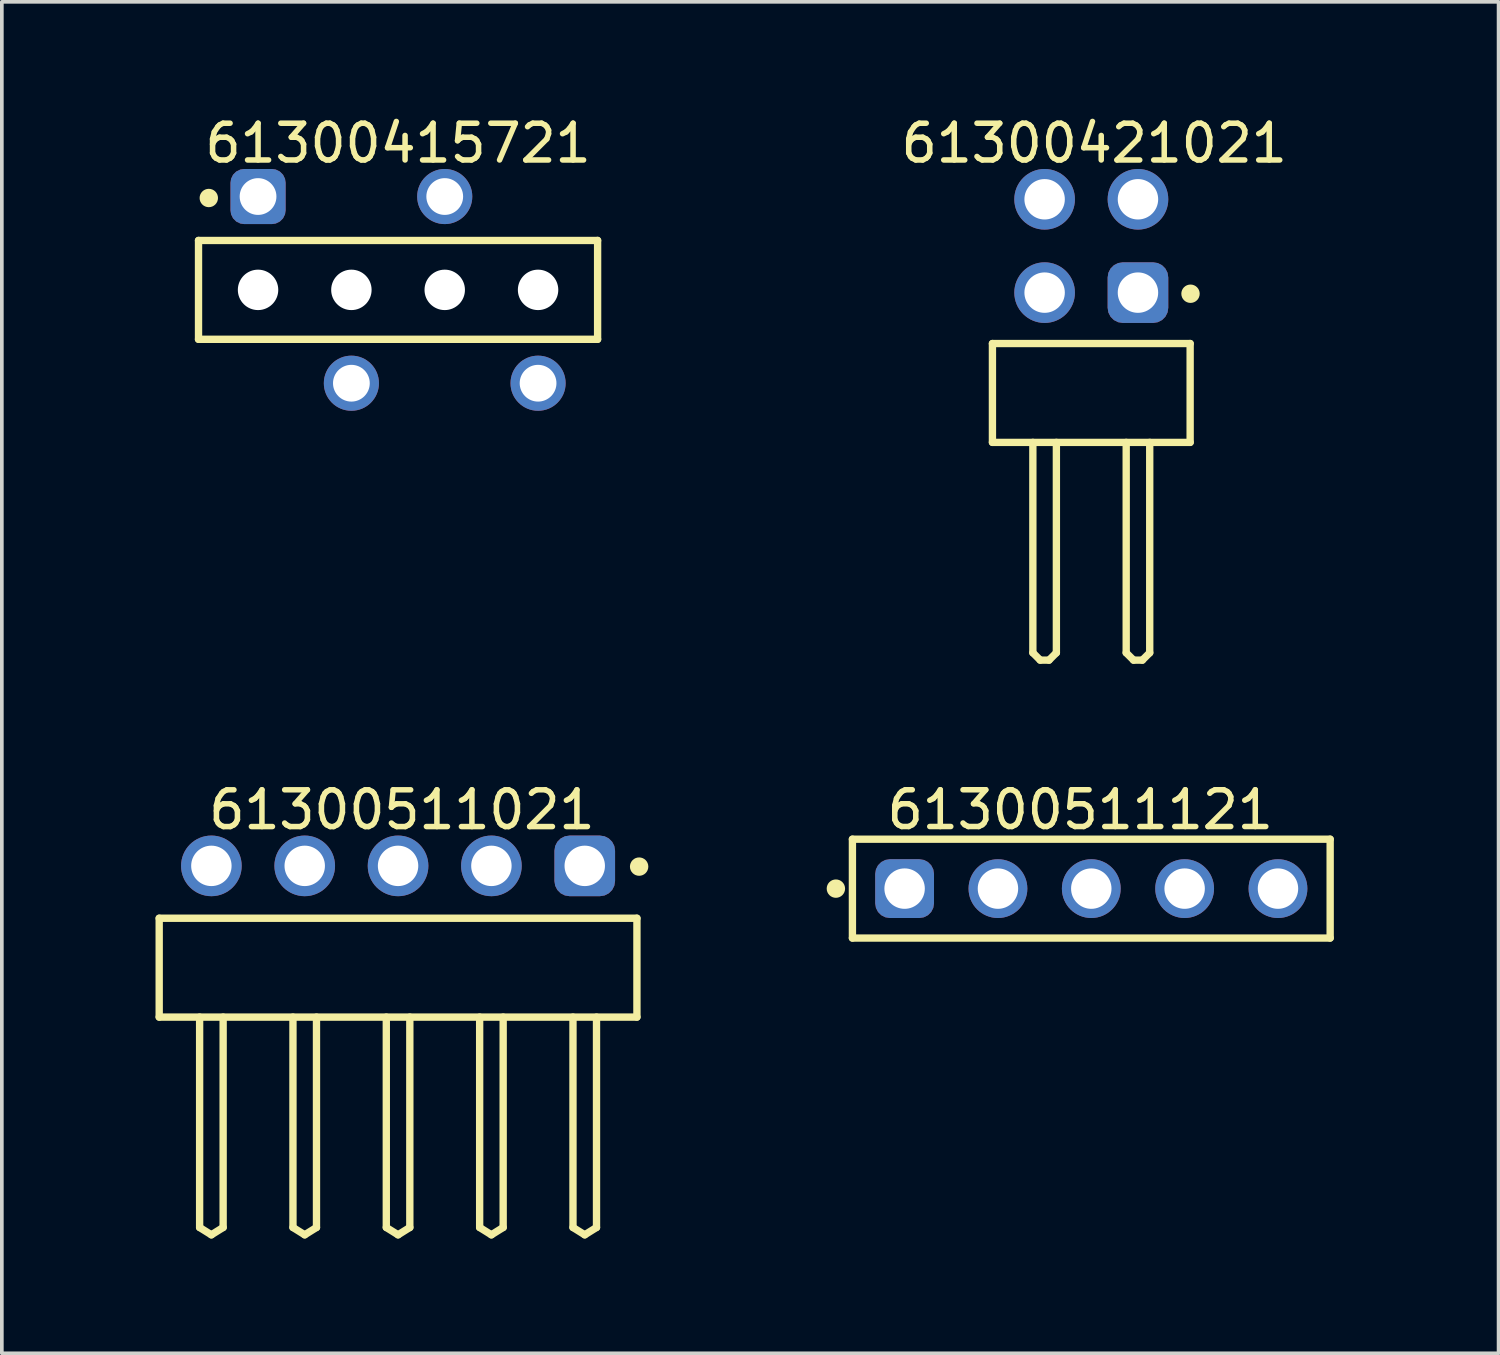
<source format=kicad_pcb>
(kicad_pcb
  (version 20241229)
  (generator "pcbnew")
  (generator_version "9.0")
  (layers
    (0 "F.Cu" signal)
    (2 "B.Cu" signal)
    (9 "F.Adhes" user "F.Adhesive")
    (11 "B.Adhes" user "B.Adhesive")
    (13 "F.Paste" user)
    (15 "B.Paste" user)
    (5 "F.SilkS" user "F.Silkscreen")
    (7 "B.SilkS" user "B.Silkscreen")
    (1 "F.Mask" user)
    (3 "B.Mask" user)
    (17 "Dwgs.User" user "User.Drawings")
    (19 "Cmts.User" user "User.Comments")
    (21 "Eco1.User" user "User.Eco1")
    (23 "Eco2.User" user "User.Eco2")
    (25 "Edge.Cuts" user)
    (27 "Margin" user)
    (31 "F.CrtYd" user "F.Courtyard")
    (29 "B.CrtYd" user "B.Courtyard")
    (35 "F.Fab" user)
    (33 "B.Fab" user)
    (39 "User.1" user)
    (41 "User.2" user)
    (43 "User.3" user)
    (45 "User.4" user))
  (footprint "61300415721"
    (layer "F.Cu")
    (at 7.782 4.838)
    (property "Reference" "61300415721" (at 0 -3.99 0) (layer "F.SilkS") (effects (font (size 1 1) (thickness 0.15))))
    (fp_line (start -5.43 -1.345) (end 5.43 -1.345) (stroke (width 0.2) (type solid)) (layer "F.SilkS"))
    (fp_line (start -5.43 1.345) (end -5.43 -1.345) (stroke (width 0.2) (type solid)) (layer "F.SilkS"))
    (fp_line (start -5.43 1.345) (end 5.43 1.345) (stroke (width 0.2) (type solid)) (layer "F.SilkS"))
    (fp_line (start 5.43 1.345) (end 5.43 -1.345) (stroke (width 0.2) (type solid)) (layer "F.SilkS"))
    (fp_circle (center -5.15 -2.5) (end -5.15 -2.625) (stroke (width 0.25) (type solid)) (fill no) (layer "F.SilkS"))
    (fp_line (start -5.63 -3.49) (end 5.63 -3.49) (stroke (width 0.05) (type solid)) (layer "Eco2.User"))
    (fp_line (start -5.63 3.49) (end -5.63 -3.49) (stroke (width 0.05) (type solid)) (layer "Eco2.User"))
    (fp_line (start -5.63 3.49) (end 5.63 3.49) (stroke (width 0.05) (type solid)) (layer "Eco2.User"))
    (fp_line (start -5.33 -1.27) (end 5.33 -1.27) (stroke (width 0.1) (type solid)) (layer "Eco2.User"))
    (fp_line (start -5.33 1.27) (end -5.33 -1.27) (stroke (width 0.1) (type solid)) (layer "Eco2.User"))
    (fp_line (start -5.33 1.27) (end 5.33 1.27) (stroke (width 0.1) (type solid)) (layer "Eco2.User"))
    (fp_line (start -4.21 -2.665) (end -3.41 -2.665) (stroke (width 0.1) (type solid)) (layer "Eco2.User"))
    (fp_line (start -4.21 -1.27) (end -4.21 -2.665) (stroke (width 0.1) (type solid)) (layer "Eco2.User"))
    (fp_line (start -3.41 -1.27) (end -3.41 -2.665) (stroke (width 0.1) (type solid)) (layer "Eco2.User"))
    (fp_line (start -1.67 2.665) (end -1.67 1.27) (stroke (width 0.1) (type solid)) (layer "Eco2.User"))
    (fp_line (start -1.67 2.665) (end -0.87 2.665) (stroke (width 0.1) (type solid)) (layer "Eco2.User"))
    (fp_line (start -0.87 2.665) (end -0.87 1.27) (stroke (width 0.1) (type solid)) (layer "Eco2.User"))
    (fp_line (start -0.5 0) (end 0.5 0) (stroke (width 0.05) (type solid)) (layer "Eco2.User"))
    (fp_line (start 0 0.5) (end 0 -0.5) (stroke (width 0.05) (type solid)) (layer "Eco2.User"))
    (fp_line (start 0.87 -2.665) (end 1.67 -2.665) (stroke (width 0.1) (type solid)) (layer "Eco2.User"))
    (fp_line (start 0.87 -1.27) (end 0.87 -2.665) (stroke (width 0.1) (type solid)) (layer "Eco2.User"))
    (fp_line (start 1.67 -1.27) (end 1.67 -2.665) (stroke (width 0.1) (type solid)) (layer "Eco2.User"))
    (fp_line (start 3.41 2.665) (end 3.41 1.27) (stroke (width 0.1) (type solid)) (layer "Eco2.User"))
    (fp_line (start 3.41 2.665) (end 4.21 2.665) (stroke (width 0.1) (type solid)) (layer "Eco2.User"))
    (fp_line (start 4.21 2.665) (end 4.21 1.27) (stroke (width 0.1) (type solid)) (layer "Eco2.User"))
    (fp_line (start 5.33 1.27) (end 5.33 -1.27) (stroke (width 0.1) (type solid)) (layer "Eco2.User"))
    (fp_line (start 5.63 3.49) (end 5.63 -3.49) (stroke (width 0.05) (type solid)) (layer "Eco2.User"))
    (fp_text user "${REFERENCE}" (at 0.15 -0.197 0) (unlocked yes) (layer "User.3") (effects (font (size 1.5 1.5) (thickness 0.15))))
    (pad "" np_thru_hole circle (at -3.81 0 180) (size 1.1 1.1) (drill 1.1) (layers "*.Cu" "*.Mask"))
    (pad "" np_thru_hole circle (at -1.27 0 180) (size 1.1 1.1) (drill 1.1) (layers "*.Cu" "*.Mask"))
    (pad "" np_thru_hole circle (at 1.27 0 180) (size 1.1 1.1) (drill 1.1) (layers "*.Cu" "*.Mask"))
    (pad "" np_thru_hole circle (at 3.81 0 180) (size 1.1 1.1) (drill 1.1) (layers "*.Cu" "*.Mask"))
    (pad "1" thru_hole roundrect (at -3.81 -2.54 180) (size 1.5 1.5) (drill 1) (layers "*.Cu" "*.Mask") (roundrect_rratio 0.25))
    (pad "2" thru_hole circle (at -1.27 2.54 180) (size 1.5 1.5) (drill 1) (layers "*.Cu" "*.Mask"))
    (pad "3" thru_hole circle (at 1.27 -2.54 180) (size 1.5 1.5) (drill 1) (layers "*.Cu" "*.Mask"))
    (pad "4" thru_hole circle (at 3.81 2.54 180) (size 1.5 1.5) (drill 1) (layers "*.Cu" "*.Mask")))
  (footprint "61300511121"
    (layer "F.Cu")
    (at 26.646 21.131)
    (property "Reference" "61300511121" (at -0.3 -2.145 0) (layer "F.SilkS") (effects (font (size 1 1) (thickness 0.15))))
    (fp_line (start -6.5 -1.345) (end 6.5 -1.345) (stroke (width 0.2) (type solid)) (layer "F.SilkS"))
    (fp_line (start -6.5 1.345) (end -6.5 -1.345) (stroke (width 0.2) (type solid)) (layer "F.SilkS"))
    (fp_line (start -6.5 1.345) (end 6.5 1.345) (stroke (width 0.2) (type solid)) (layer "F.SilkS"))
    (fp_line (start 6.5 1.345) (end 6.5 -1.345) (stroke (width 0.2) (type solid)) (layer "F.SilkS"))
    (fp_circle (center -6.95 0) (end -6.95 -0.125) (stroke (width 0.25) (type solid)) (fill no) (layer "F.SilkS"))
    (fp_line (start -6.7 -1.545) (end 6.7 -1.545) (stroke (width 0.05) (type solid)) (layer "Eco2.User"))
    (fp_line (start -6.7 1.545) (end -6.7 -1.545) (stroke (width 0.05) (type solid)) (layer "Eco2.User"))
    (fp_line (start -6.7 1.545) (end 6.7 1.545) (stroke (width 0.05) (type solid)) (layer "Eco2.User"))
    (fp_line (start -6.35 -1.27) (end 6.35 -1.27) (stroke (width 0.1) (type solid)) (layer "Eco2.User"))
    (fp_line (start -6.35 1.27) (end -6.35 -1.27) (stroke (width 0.1) (type solid)) (layer "Eco2.User"))
    (fp_line (start -6.35 1.27) (end 6.35 1.27) (stroke (width 0.1) (type solid)) (layer "Eco2.User"))
    (fp_line (start -0.5 0) (end 0.5 0) (stroke (width 0.05) (type solid)) (layer "Eco2.User"))
    (fp_line (start 0 0.5) (end 0 -0.5) (stroke (width 0.05) (type solid)) (layer "Eco2.User"))
    (fp_line (start 6.35 1.27) (end 6.35 -1.27) (stroke (width 0.1) (type solid)) (layer "Eco2.User"))
    (fp_line (start 6.7 1.545) (end 6.7 -1.545) (stroke (width 0.05) (type solid)) (layer "Eco2.User"))
    (fp_text user "${REFERENCE}" (at 0.15 -0.197 0) (unlocked yes) (layer "User.3") (effects (font (size 1.5 1.5) (thickness 0.15))))
    (pad "1" thru_hole roundrect (at -5.08 0) (size 1.6 1.6) (drill 1.1) (layers "*.Cu" "*.Mask") (roundrect_rratio 0.25))
    (pad "2" thru_hole circle (at -2.54 0) (size 1.6 1.6) (drill 1.1) (layers "*.Cu" "*.Mask"))
    (pad "3" thru_hole circle (at 0 0) (size 1.6 1.6) (drill 1.1) (layers "*.Cu" "*.Mask"))
    (pad "4" thru_hole circle (at 2.54 0) (size 1.6 1.6) (drill 1.1) (layers "*.Cu" "*.Mask"))
    (pad "5" thru_hole circle (at 5.08 0) (size 1.6 1.6) (drill 1.1) (layers "*.Cu" "*.Mask")))
  (footprint "61300511021"
    (layer "F.Cu")
    (at 7.782 23.282)
    (property "Reference" "61300511021" (at 0.105 -4.295 0) (layer "F.SilkS") (effects (font (size 1 1) (thickness 0.15))))
    (fp_line (start -6.5 -1.345) (end 6.5 -1.345) (stroke (width 0.2) (type solid)) (layer "F.SilkS"))
    (fp_line (start -6.5 1.345) (end -6.5 -1.345) (stroke (width 0.2) (type solid)) (layer "F.SilkS"))
    (fp_line (start -6.5 1.345) (end 6.5 1.345) (stroke (width 0.2) (type solid)) (layer "F.SilkS"))
    (fp_line (start -5.4 7.07) (end -5.4 1.345) (stroke (width 0.2) (type solid)) (layer "F.SilkS"))
    (fp_line (start -5.4 7.07) (end -5.08 7.27) (stroke (width 0.2) (type solid)) (layer "F.SilkS"))
    (fp_line (start -5.08 7.27) (end -4.76 7.07) (stroke (width 0.2) (type solid)) (layer "F.SilkS"))
    (fp_line (start -4.76 7.07) (end -4.76 1.345) (stroke (width 0.2) (type solid)) (layer "F.SilkS"))
    (fp_line (start -2.86 7.07) (end -2.86 1.345) (stroke (width 0.2) (type solid)) (layer "F.SilkS"))
    (fp_line (start -2.86 7.07) (end -2.54 7.27) (stroke (width 0.2) (type solid)) (layer "F.SilkS"))
    (fp_line (start -2.54 7.27) (end -2.22 7.07) (stroke (width 0.2) (type solid)) (layer "F.SilkS"))
    (fp_line (start -2.22 7.07) (end -2.22 1.345) (stroke (width 0.2) (type solid)) (layer "F.SilkS"))
    (fp_line (start -0.32 7.07) (end -0.32 1.345) (stroke (width 0.2) (type solid)) (layer "F.SilkS"))
    (fp_line (start -0.32 7.07) (end 0 7.27) (stroke (width 0.2) (type solid)) (layer "F.SilkS"))
    (fp_line (start 0 7.27) (end 0.32 7.07) (stroke (width 0.2) (type solid)) (layer "F.SilkS"))
    (fp_line (start 0.32 7.07) (end 0.32 1.345) (stroke (width 0.2) (type solid)) (layer "F.SilkS"))
    (fp_line (start 2.22 7.07) (end 2.22 1.345) (stroke (width 0.2) (type solid)) (layer "F.SilkS"))
    (fp_line (start 2.22 7.07) (end 2.54 7.27) (stroke (width 0.2) (type solid)) (layer "F.SilkS"))
    (fp_line (start 2.54 7.27) (end 2.86 7.07) (stroke (width 0.2) (type solid)) (layer "F.SilkS"))
    (fp_line (start 2.86 7.07) (end 2.86 1.345) (stroke (width 0.2) (type solid)) (layer "F.SilkS"))
    (fp_line (start 4.76 7.07) (end 4.76 1.345) (stroke (width 0.2) (type solid)) (layer "F.SilkS"))
    (fp_line (start 4.76 7.07) (end 5.08 7.27) (stroke (width 0.2) (type solid)) (layer "F.SilkS"))
    (fp_line (start 5.08 7.27) (end 5.4 7.07) (stroke (width 0.2) (type solid)) (layer "F.SilkS"))
    (fp_line (start 5.4 7.07) (end 5.4 1.345) (stroke (width 0.2) (type solid)) (layer "F.SilkS"))
    (fp_line (start 6.5 1.345) (end 6.5 -1.345) (stroke (width 0.2) (type solid)) (layer "F.SilkS"))
    (fp_circle (center 6.56 -2.75) (end 6.56 -2.875) (stroke (width 0.25) (type solid)) (fill no) (layer "F.SilkS"))
    (fp_line (start -6.7 -3.795) (end 6.7 -3.795) (stroke (width 0.05) (type solid)) (layer "Eco2.User"))
    (fp_line (start -6.7 7.47) (end -6.7 -3.795) (stroke (width 0.05) (type solid)) (layer "Eco2.User"))
    (fp_line (start -6.7 7.47) (end 6.7 7.47) (stroke (width 0.05) (type solid)) (layer "Eco2.User"))
    (fp_line (start -6.35 -1.27) (end 6.35 -1.27) (stroke (width 0.1) (type solid)) (layer "Eco2.User"))
    (fp_line (start -6.35 1.27) (end -6.35 -1.27) (stroke (width 0.1) (type solid)) (layer "Eco2.User"))
    (fp_line (start -6.35 1.27) (end 6.35 1.27) (stroke (width 0.1) (type solid)) (layer "Eco2.User"))
    (fp_line (start -5.4 -3.09) (end -4.76 -3.09) (stroke (width 0.1) (type solid)) (layer "Eco2.User"))
    (fp_line (start -5.4 -1.27) (end -5.4 -3.09) (stroke (width 0.1) (type solid)) (layer "Eco2.User"))
    (fp_line (start -5.4 7.07) (end -5.4 1.27) (stroke (width 0.1) (type solid)) (layer "Eco2.User"))
    (fp_line (start -5.4 7.07) (end -5.08 7.27) (stroke (width 0.1) (type solid)) (layer "Eco2.User"))
    (fp_line (start -5.08 7.27) (end -4.76 7.07) (stroke (width 0.1) (type solid)) (layer "Eco2.User"))
    (fp_line (start -4.76 -1.27) (end -4.76 -3.09) (stroke (width 0.1) (type solid)) (layer "Eco2.User"))
    (fp_line (start -4.76 7.07) (end -4.76 1.27) (stroke (width 0.1) (type solid)) (layer "Eco2.User"))
    (fp_line (start -2.86 -3.09) (end -2.22 -3.09) (stroke (width 0.1) (type solid)) (layer "Eco2.User"))
    (fp_line (start -2.86 -1.27) (end -2.86 -3.09) (stroke (width 0.1) (type solid)) (layer "Eco2.User"))
    (fp_line (start -2.86 7.07) (end -2.86 1.27) (stroke (width 0.1) (type solid)) (layer "Eco2.User"))
    (fp_line (start -2.86 7.07) (end -2.54 7.27) (stroke (width 0.1) (type solid)) (layer "Eco2.User"))
    (fp_line (start -2.54 7.27) (end -2.22 7.07) (stroke (width 0.1) (type solid)) (layer "Eco2.User"))
    (fp_line (start -2.22 -1.27) (end -2.22 -3.09) (stroke (width 0.1) (type solid)) (layer "Eco2.User"))
    (fp_line (start -2.22 7.07) (end -2.22 1.27) (stroke (width 0.1) (type solid)) (layer "Eco2.User"))
    (fp_line (start -0.5 0) (end 0.5 0) (stroke (width 0.05) (type solid)) (layer "Eco2.User"))
    (fp_line (start -0.32 -3.09) (end 0.32 -3.09) (stroke (width 0.1) (type solid)) (layer "Eco2.User"))
    (fp_line (start -0.32 -1.27) (end -0.32 -3.09) (stroke (width 0.1) (type solid)) (layer "Eco2.User"))
    (fp_line (start -0.32 7.07) (end -0.32 1.27) (stroke (width 0.1) (type solid)) (layer "Eco2.User"))
    (fp_line (start -0.32 7.07) (end 0 7.27) (stroke (width 0.1) (type solid)) (layer "Eco2.User"))
    (fp_line (start 0 0.5) (end 0 -0.5) (stroke (width 0.05) (type solid)) (layer "Eco2.User"))
    (fp_line (start 0 7.27) (end 0.32 7.07) (stroke (width 0.1) (type solid)) (layer "Eco2.User"))
    (fp_line (start 0.32 -1.27) (end 0.32 -3.09) (stroke (width 0.1) (type solid)) (layer "Eco2.User"))
    (fp_line (start 0.32 7.07) (end 0.32 1.27) (stroke (width 0.1) (type solid)) (layer "Eco2.User"))
    (fp_line (start 2.22 -3.09) (end 2.86 -3.09) (stroke (width 0.1) (type solid)) (layer "Eco2.User"))
    (fp_line (start 2.22 -1.27) (end 2.22 -3.09) (stroke (width 0.1) (type solid)) (layer "Eco2.User"))
    (fp_line (start 2.22 7.07) (end 2.22 1.27) (stroke (width 0.1) (type solid)) (layer "Eco2.User"))
    (fp_line (start 2.22 7.07) (end 2.54 7.27) (stroke (width 0.1) (type solid)) (layer "Eco2.User"))
    (fp_line (start 2.54 7.27) (end 2.86 7.07) (stroke (width 0.1) (type solid)) (layer "Eco2.User"))
    (fp_line (start 2.86 -1.27) (end 2.86 -3.09) (stroke (width 0.1) (type solid)) (layer "Eco2.User"))
    (fp_line (start 2.86 7.07) (end 2.86 1.27) (stroke (width 0.1) (type solid)) (layer "Eco2.User"))
    (fp_line (start 4.76 -3.09) (end 5.4 -3.09) (stroke (width 0.1) (type solid)) (layer "Eco2.User"))
    (fp_line (start 4.76 -1.27) (end 4.76 -3.09) (stroke (width 0.1) (type solid)) (layer "Eco2.User"))
    (fp_line (start 4.76 7.07) (end 4.76 1.27) (stroke (width 0.1) (type solid)) (layer "Eco2.User"))
    (fp_line (start 4.76 7.07) (end 5.08 7.27) (stroke (width 0.1) (type solid)) (layer "Eco2.User"))
    (fp_line (start 5.08 7.27) (end 5.4 7.07) (stroke (width 0.1) (type solid)) (layer "Eco2.User"))
    (fp_line (start 5.4 -1.27) (end 5.4 -3.09) (stroke (width 0.1) (type solid)) (layer "Eco2.User"))
    (fp_line (start 5.4 7.07) (end 5.4 1.27) (stroke (width 0.1) (type solid)) (layer "Eco2.User"))
    (fp_line (start 6.35 1.27) (end 6.35 -1.27) (stroke (width 0.1) (type solid)) (layer "Eco2.User"))
    (fp_line (start 6.7 7.47) (end 6.7 -3.795) (stroke (width 0.05) (type solid)) (layer "Eco2.User"))
    (fp_text user "${REFERENCE}" (at 0.15 -0.197 0) (unlocked yes) (layer "User.3") (effects (font (size 1.5 1.5) (thickness 0.15))))
    (pad "1" thru_hole roundrect (at 5.08 -2.77) (size 1.65 1.65) (drill 1.1) (layers "*.Cu" "*.Mask") (roundrect_rratio 0.25))
    (pad "2" thru_hole circle (at 2.54 -2.77) (size 1.65 1.65) (drill 1.1) (layers "*.Cu" "*.Mask"))
    (pad "3" thru_hole circle (at 0 -2.77) (size 1.65 1.65) (drill 1.1) (layers "*.Cu" "*.Mask"))
    (pad "4" thru_hole circle (at -2.54 -2.77) (size 1.65 1.65) (drill 1.1) (layers "*.Cu" "*.Mask"))
    (pad "5" thru_hole circle (at -5.08 -2.77) (size 1.65 1.65) (drill 1.1) (layers "*.Cu" "*.Mask")))
  (footprint "61300421021"
    (layer "F.Cu")
    (at 26.646 7.643)
    (property "Reference" "61300421021" (at 0.08 -6.795 0) (layer "F.SilkS") (effects (font (size 1 1) (thickness 0.15))))
    (fp_line (start -2.69 -1.345) (end 2.69 -1.345) (stroke (width 0.2) (type solid)) (layer "F.SilkS"))
    (fp_line (start -2.69 1.345) (end -2.69 -1.345) (stroke (width 0.2) (type solid)) (layer "F.SilkS"))
    (fp_line (start -2.69 1.345) (end 2.69 1.345) (stroke (width 0.2) (type solid)) (layer "F.SilkS"))
    (fp_line (start -1.59 7.07) (end -1.59 1.345) (stroke (width 0.2) (type solid)) (layer "F.SilkS"))
    (fp_line (start -1.59 7.07) (end -1.39 7.27) (stroke (width 0.2) (type solid)) (layer "F.SilkS"))
    (fp_line (start -1.39 7.27) (end -1.15 7.27) (stroke (width 0.2) (type solid)) (layer "F.SilkS"))
    (fp_line (start -1.15 7.27) (end -0.95 7.07) (stroke (width 0.2) (type solid)) (layer "F.SilkS"))
    (fp_line (start -0.95 7.07) (end -0.95 1.345) (stroke (width 0.2) (type solid)) (layer "F.SilkS"))
    (fp_line (start 0.95 7.07) (end 0.95 1.345) (stroke (width 0.2) (type solid)) (layer "F.SilkS"))
    (fp_line (start 0.95 7.07) (end 1.15 7.27) (stroke (width 0.2) (type solid)) (layer "F.SilkS"))
    (fp_line (start 1.15 7.27) (end 1.39 7.27) (stroke (width 0.2) (type solid)) (layer "F.SilkS"))
    (fp_line (start 1.39 7.27) (end 1.59 7.07) (stroke (width 0.2) (type solid)) (layer "F.SilkS"))
    (fp_line (start 1.59 7.07) (end 1.59 1.345) (stroke (width 0.2) (type solid)) (layer "F.SilkS"))
    (fp_line (start 2.69 1.345) (end 2.69 -1.345) (stroke (width 0.2) (type solid)) (layer "F.SilkS"))
    (fp_circle (center 2.7 -2.7) (end 2.7 -2.825) (stroke (width 0.25) (type solid)) (fill no) (layer "F.SilkS"))
    (fp_line (start -2.89 -6.295) (end 2.89 -6.295) (stroke (width 0.05) (type solid)) (layer "Eco2.User"))
    (fp_line (start -2.89 7.47) (end -2.89 -6.295) (stroke (width 0.05) (type solid)) (layer "Eco2.User"))
    (fp_line (start -2.89 7.47) (end 2.89 7.47) (stroke (width 0.05) (type solid)) (layer "Eco2.User"))
    (fp_line (start -2.54 -1.27) (end 2.54 -1.27) (stroke (width 0.1) (type solid)) (layer "Eco2.User"))
    (fp_line (start -2.54 1.27) (end -2.54 -1.27) (stroke (width 0.1) (type solid)) (layer "Eco2.User"))
    (fp_line (start -2.54 1.27) (end 2.54 1.27) (stroke (width 0.1) (type solid)) (layer "Eco2.User"))
    (fp_line (start -1.59 -5.63) (end -0.95 -5.63) (stroke (width 0.1) (type solid)) (layer "Eco2.User"))
    (fp_line (start -1.59 -3.09) (end -0.95 -3.09) (stroke (width 0.1) (type solid)) (layer "Eco2.User"))
    (fp_line (start -1.59 -1.27) (end -1.59 -5.63) (stroke (width 0.1) (type solid)) (layer "Eco2.User"))
    (fp_line (start -1.59 7.07) (end -1.59 1.27) (stroke (width 0.1) (type solid)) (layer "Eco2.User"))
    (fp_line (start -1.59 7.07) (end -1.39 7.27) (stroke (width 0.1) (type solid)) (layer "Eco2.User"))
    (fp_line (start -1.39 7.27) (end -1.15 7.27) (stroke (width 0.1) (type solid)) (layer "Eco2.User"))
    (fp_line (start -1.15 7.27) (end -0.95 7.07) (stroke (width 0.1) (type solid)) (layer "Eco2.User"))
    (fp_line (start -0.95 -1.27) (end -0.95 -5.63) (stroke (width 0.1) (type solid)) (layer "Eco2.User"))
    (fp_line (start -0.95 7.07) (end -0.95 1.27) (stroke (width 0.1) (type solid)) (layer "Eco2.User"))
    (fp_line (start -0.5 0) (end 0.5 0) (stroke (width 0.05) (type solid)) (layer "Eco2.User"))
    (fp_line (start 0 0.5) (end 0 -0.5) (stroke (width 0.05) (type solid)) (layer "Eco2.User"))
    (fp_line (start 0.95 -5.63) (end 1.59 -5.63) (stroke (width 0.1) (type solid)) (layer "Eco2.User"))
    (fp_line (start 0.95 -3.09) (end 1.59 -3.09) (stroke (width 0.1) (type solid)) (layer "Eco2.User"))
    (fp_line (start 0.95 -1.27) (end 0.95 -5.63) (stroke (width 0.1) (type solid)) (layer "Eco2.User"))
    (fp_line (start 0.95 7.07) (end 0.95 1.27) (stroke (width 0.1) (type solid)) (layer "Eco2.User"))
    (fp_line (start 0.95 7.07) (end 1.15 7.27) (stroke (width 0.1) (type solid)) (layer "Eco2.User"))
    (fp_line (start 1.15 7.27) (end 1.39 7.27) (stroke (width 0.1) (type solid)) (layer "Eco2.User"))
    (fp_line (start 1.39 7.27) (end 1.59 7.07) (stroke (width 0.1) (type solid)) (layer "Eco2.User"))
    (fp_line (start 1.59 -1.27) (end 1.59 -5.63) (stroke (width 0.1) (type solid)) (layer "Eco2.User"))
    (fp_line (start 1.59 7.07) (end 1.59 1.27) (stroke (width 0.1) (type solid)) (layer "Eco2.User"))
    (fp_line (start 2.54 1.27) (end 2.54 -1.27) (stroke (width 0.1) (type solid)) (layer "Eco2.User"))
    (fp_line (start 2.89 7.47) (end 2.89 -6.295) (stroke (width 0.05) (type solid)) (layer "Eco2.User"))
    (fp_text user "${REFERENCE}" (at 0.15 -0.197 0) (unlocked yes) (layer "User.3") (effects (font (size 1.5 1.5) (thickness 0.15))))
    (pad "1" thru_hole roundrect (at 1.27 -2.73) (size 1.65 1.65) (drill 1.1) (layers "*.Cu" "*.Mask") (roundrect_rratio 0.25))
    (pad "2" thru_hole circle (at 1.27 -5.27) (size 1.65 1.65) (drill 1.1) (layers "*.Cu" "*.Mask"))
    (pad "3" thru_hole circle (at -1.27 -2.73) (size 1.65 1.65) (drill 1.1) (layers "*.Cu" "*.Mask"))
    (pad "4" thru_hole circle (at -1.27 -5.27) (size 1.65 1.65) (drill 1.1) (layers "*.Cu" "*.Mask")))
  (gr_rect
    (start -3 -3)
    (end 37.729 33.776)
    (stroke (width 0.1) (type default))
    (fill no)
    (layer "Edge.Cuts")))
</source>
